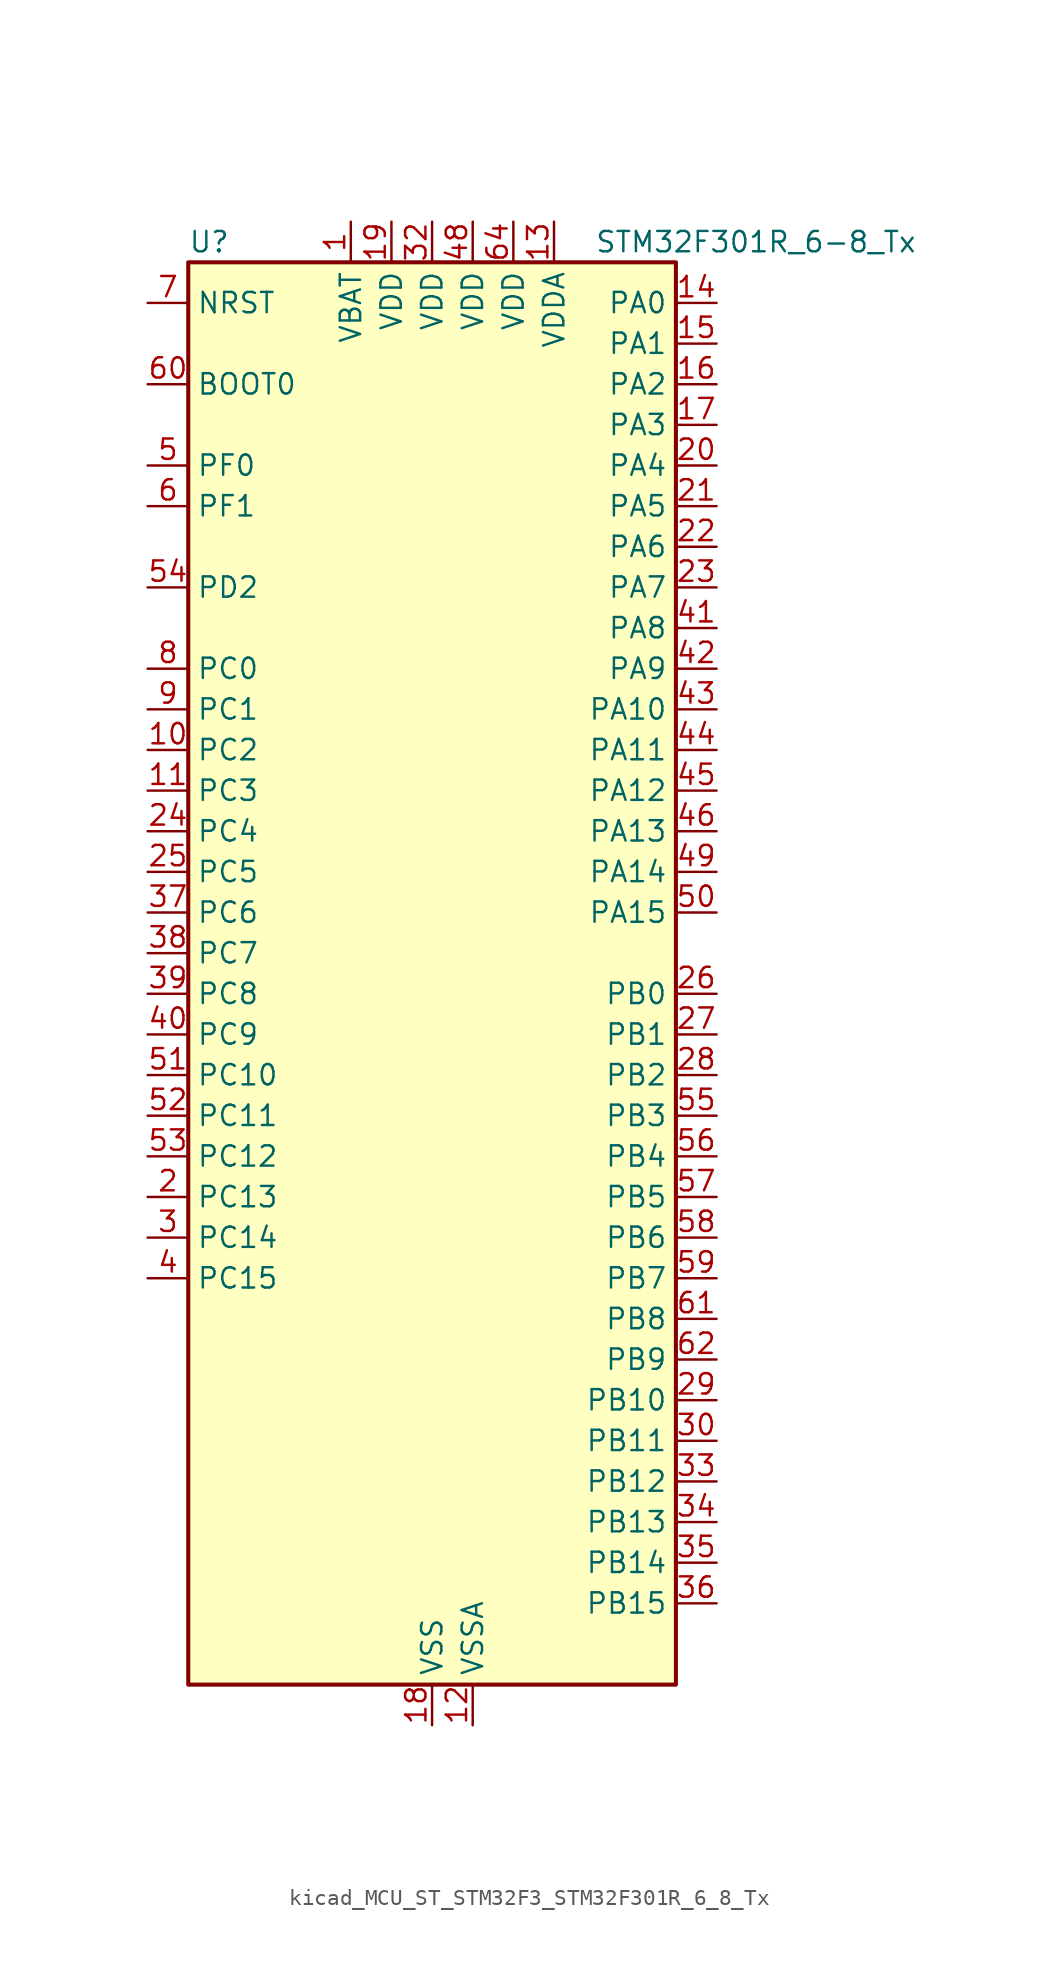
<source format=kicad_sym>
(kicad_symbol_lib
  (version 20220914)
  (generator kicad_symbol_editor)
  (symbol "kicad_MCU_ST_STM32F3_STM32F301R_6_8_Tx"
    (property "Reference" "U"
      (at -15.24 46.99 0)
      (effects (font (size 1.27 1.27)) (justify left)))
    (property "Value" "STM32F301R_6-8_Tx"
      (at 10.16 46.99 0)
      (effects (font (size 1.27 1.27)) (justify left)))
    (property "ki_locked" ""
      (at 0 0 0)
      (effects (font (size 1.27 1.27))))
    (symbol "kicad_MCU_ST_STM32F3_STM32F301R_6_8_Tx_0_1"
      (rectangle (start -15.24 -43.18) (end 15.24 45.72) (stroke (width 0.254) (type default)) (fill (type background))))
    (symbol "kicad_MCU_ST_STM32F3_STM32F301R_6_8_Tx_1_1"
      (pin power_in line (at -5.08 48.26 270) (length 2.54) (name "VBAT" (effects (font (size 1.27 1.27)))) (number "1" (effects (font (size 1.27 1.27)))))
      (pin bidirectional line (at -17.78 15.24 0) (length 2.54) (name "PC2" (effects (font (size 1.27 1.27)))) (number "10" (effects (font (size 1.27 1.27)))) (alternate "ADC1_IN8" bidirectional line) (alternate "TIM1_CH3" bidirectional line))
      (pin bidirectional line (at -17.78 12.7 0) (length 2.54) (name "PC3" (effects (font (size 1.27 1.27)))) (number "11" (effects (font (size 1.27 1.27)))) (alternate "ADC1_IN9" bidirectional line) (alternate "TIM1_BKIN2" bidirectional line) (alternate "TIM1_CH4" bidirectional line))
      (pin power_in line (at 2.54 -45.72 90) (length 2.54) (name "VSSA" (effects (font (size 1.27 1.27)))) (number "12" (effects (font (size 1.27 1.27)))))
      (pin power_in line (at 7.62 48.26 270) (length 2.54) (name "VDDA" (effects (font (size 1.27 1.27)))) (number "13" (effects (font (size 1.27 1.27)))))
      (pin bidirectional line (at 17.78 43.18 180) (length 2.54) (name "PA0" (effects (font (size 1.27 1.27)))) (number "14" (effects (font (size 1.27 1.27)))) (alternate "ADC1_IN1" bidirectional line) (alternate "RTC_TAMP2" bidirectional line) (alternate "SYS_WKUP1" bidirectional line) (alternate "TIM2_CH1" bidirectional line) (alternate "TIM2_ETR" bidirectional line) (alternate "TSC_G1_IO1" bidirectional line) (alternate "USART2_CTS" bidirectional line))
      (pin bidirectional line (at 17.78 40.64 180) (length 2.54) (name "PA1" (effects (font (size 1.27 1.27)))) (number "15" (effects (font (size 1.27 1.27)))) (alternate "ADC1_IN2" bidirectional line) (alternate "RTC_REFIN" bidirectional line) (alternate "TIM15_CH1N" bidirectional line) (alternate "TIM2_CH2" bidirectional line) (alternate "TSC_G1_IO2" bidirectional line) (alternate "USART2_DE" bidirectional line) (alternate "USART2_RTS" bidirectional line))
      (pin bidirectional line (at 17.78 38.1 180) (length 2.54) (name "PA2" (effects (font (size 1.27 1.27)))) (number "16" (effects (font (size 1.27 1.27)))) (alternate "ADC1_IN3" bidirectional line) (alternate "COMP2_INM" bidirectional line) (alternate "COMP2_OUT" bidirectional line) (alternate "TIM15_CH1" bidirectional line) (alternate "TIM2_CH3" bidirectional line) (alternate "TSC_G1_IO3" bidirectional line) (alternate "USART2_TX" bidirectional line))
      (pin bidirectional line (at 17.78 35.56 180) (length 2.54) (name "PA3" (effects (font (size 1.27 1.27)))) (number "17" (effects (font (size 1.27 1.27)))) (alternate "ADC1_IN4" bidirectional line) (alternate "TIM15_CH2" bidirectional line) (alternate "TIM2_CH4" bidirectional line) (alternate "TSC_G1_IO4" bidirectional line) (alternate "USART2_RX" bidirectional line))
      (pin power_in line (at 0 -45.72 90) (length 2.54) (name "VSS" (effects (font (size 1.27 1.27)))) (number "18" (effects (font (size 1.27 1.27)))))
      (pin power_in line (at -2.54 48.26 270) (length 2.54) (name "VDD" (effects (font (size 1.27 1.27)))) (number "19" (effects (font (size 1.27 1.27)))))
      (pin bidirectional line (at -17.78 -12.7 0) (length 2.54) (name "PC13" (effects (font (size 1.27 1.27)))) (number "2" (effects (font (size 1.27 1.27)))) (alternate "RTC_OUT_ALARM" bidirectional line) (alternate "RTC_OUT_CALIB" bidirectional line) (alternate "RTC_TAMP1" bidirectional line) (alternate "RTC_TS" bidirectional line) (alternate "SYS_WKUP2" bidirectional line) (alternate "TIM1_CH1N" bidirectional line))
      (pin bidirectional line (at 17.78 33.02 180) (length 2.54) (name "PA4" (effects (font (size 1.27 1.27)))) (number "20" (effects (font (size 1.27 1.27)))) (alternate "ADC1_IN5" bidirectional line) (alternate "COMP2_INM" bidirectional line) (alternate "COMP4_INM" bidirectional line) (alternate "COMP6_INM" bidirectional line) (alternate "DAC_OUT1" bidirectional line) (alternate "I2S3_WS" bidirectional line) (alternate "SPI3_NSS" bidirectional line) (alternate "TSC_G2_IO1" bidirectional line) (alternate "USART2_CK" bidirectional line))
      (pin bidirectional line (at 17.78 30.48 180) (length 2.54) (name "PA5" (effects (font (size 1.27 1.27)))) (number "21" (effects (font (size 1.27 1.27)))) (alternate "OPAMP2_VINM" bidirectional line) (alternate "OPAMP2_VINM_SEC" bidirectional line) (alternate "TIM2_CH1" bidirectional line) (alternate "TIM2_ETR" bidirectional line) (alternate "TSC_G2_IO2" bidirectional line))
      (pin bidirectional line (at 17.78 27.94 180) (length 2.54) (name "PA6" (effects (font (size 1.27 1.27)))) (number "22" (effects (font (size 1.27 1.27)))) (alternate "ADC1_IN10" bidirectional line) (alternate "OPAMP2_VOUT" bidirectional line) (alternate "TIM16_CH1" bidirectional line) (alternate "TIM1_BKIN" bidirectional line) (alternate "TSC_G2_IO3" bidirectional line))
      (pin bidirectional line (at 17.78 25.4 180) (length 2.54) (name "PA7" (effects (font (size 1.27 1.27)))) (number "23" (effects (font (size 1.27 1.27)))) (alternate "ADC1_IN15" bidirectional line) (alternate "COMP2_INP" bidirectional line) (alternate "OPAMP2_VINP" bidirectional line) (alternate "OPAMP2_VINP_SEC" bidirectional line) (alternate "TIM17_CH1" bidirectional line) (alternate "TIM1_CH1N" bidirectional line) (alternate "TSC_G2_IO4" bidirectional line))
      (pin bidirectional line (at -17.78 10.16 0) (length 2.54) (name "PC4" (effects (font (size 1.27 1.27)))) (number "24" (effects (font (size 1.27 1.27)))) (alternate "TIM1_ETR" bidirectional line) (alternate "USART1_TX" bidirectional line))
      (pin bidirectional line (at -17.78 7.62 0) (length 2.54) (name "PC5" (effects (font (size 1.27 1.27)))) (number "25" (effects (font (size 1.27 1.27)))) (alternate "OPAMP2_VINM" bidirectional line) (alternate "OPAMP2_VINM_SEC" bidirectional line) (alternate "TIM15_BKIN" bidirectional line) (alternate "TSC_G3_IO1" bidirectional line) (alternate "USART1_RX" bidirectional line))
      (pin bidirectional line (at 17.78 0 180) (length 2.54) (name "PB0" (effects (font (size 1.27 1.27)))) (number "26" (effects (font (size 1.27 1.27)))) (alternate "ADC1_IN11" bidirectional line) (alternate "COMP4_INP" bidirectional line) (alternate "OPAMP2_VINP" bidirectional line) (alternate "OPAMP2_VINP_SEC" bidirectional line) (alternate "TIM1_CH2N" bidirectional line) (alternate "TSC_G3_IO2" bidirectional line))
      (pin bidirectional line (at 17.78 -2.54 180) (length 2.54) (name "PB1" (effects (font (size 1.27 1.27)))) (number "27" (effects (font (size 1.27 1.27)))) (alternate "ADC1_IN12" bidirectional line) (alternate "COMP4_OUT" bidirectional line) (alternate "TIM1_CH3N" bidirectional line) (alternate "TSC_G3_IO3" bidirectional line))
      (pin bidirectional line (at 17.78 -5.08 180) (length 2.54) (name "PB2" (effects (font (size 1.27 1.27)))) (number "28" (effects (font (size 1.27 1.27)))) (alternate "COMP4_INM" bidirectional line) (alternate "TSC_G3_IO4" bidirectional line))
      (pin bidirectional line (at 17.78 -25.4 180) (length 2.54) (name "PB10" (effects (font (size 1.27 1.27)))) (number "29" (effects (font (size 1.27 1.27)))) (alternate "TIM2_CH3" bidirectional line) (alternate "TSC_SYNC" bidirectional line) (alternate "USART3_TX" bidirectional line))
      (pin bidirectional line (at -17.78 -15.24 0) (length 2.54) (name "PC14" (effects (font (size 1.27 1.27)))) (number "3" (effects (font (size 1.27 1.27)))) (alternate "RCC_OSC32_IN" bidirectional line))
      (pin bidirectional line (at 17.78 -27.94 180) (length 2.54) (name "PB11" (effects (font (size 1.27 1.27)))) (number "30" (effects (font (size 1.27 1.27)))) (alternate "ADC1_EXTI11" bidirectional line) (alternate "ADC1_IN14" bidirectional line) (alternate "COMP6_INP" bidirectional line) (alternate "TIM2_CH4" bidirectional line) (alternate "TSC_G6_IO1" bidirectional line) (alternate "USART3_RX" bidirectional line))
      (pin passive line (at 0 -45.72 90) (length 2.54) hide (name "VSS" (effects (font (size 1.27 1.27)))) (number "31" (effects (font (size 1.27 1.27)))))
      (pin power_in line (at 0 48.26 270) (length 2.54) (name "VDD" (effects (font (size 1.27 1.27)))) (number "32" (effects (font (size 1.27 1.27)))))
      (pin bidirectional line (at 17.78 -30.48 180) (length 2.54) (name "PB12" (effects (font (size 1.27 1.27)))) (number "33" (effects (font (size 1.27 1.27)))) (alternate "I2C2_SMBA" bidirectional line) (alternate "I2S2_WS" bidirectional line) (alternate "SPI2_NSS" bidirectional line) (alternate "TIM1_BKIN" bidirectional line) (alternate "TSC_G6_IO2" bidirectional line) (alternate "USART3_CK" bidirectional line))
      (pin bidirectional line (at 17.78 -33.02 180) (length 2.54) (name "PB13" (effects (font (size 1.27 1.27)))) (number "34" (effects (font (size 1.27 1.27)))) (alternate "ADC1_IN13" bidirectional line) (alternate "I2S2_CK" bidirectional line) (alternate "SPI2_SCK" bidirectional line) (alternate "TIM1_CH1N" bidirectional line) (alternate "TSC_G6_IO3" bidirectional line) (alternate "USART3_CTS" bidirectional line))
      (pin bidirectional line (at 17.78 -35.56 180) (length 2.54) (name "PB14" (effects (font (size 1.27 1.27)))) (number "35" (effects (font (size 1.27 1.27)))) (alternate "I2S2_ext_SD" bidirectional line) (alternate "OPAMP2_VINP" bidirectional line) (alternate "OPAMP2_VINP_SEC" bidirectional line) (alternate "SPI2_MISO" bidirectional line) (alternate "TIM15_CH1" bidirectional line) (alternate "TIM1_CH2N" bidirectional line) (alternate "TSC_G6_IO4" bidirectional line) (alternate "USART3_DE" bidirectional line) (alternate "USART3_RTS" bidirectional line))
      (pin bidirectional line (at 17.78 -38.1 180) (length 2.54) (name "PB15" (effects (font (size 1.27 1.27)))) (number "36" (effects (font (size 1.27 1.27)))) (alternate "ADC1_EXTI15" bidirectional line) (alternate "COMP6_INM" bidirectional line) (alternate "I2S2_SD" bidirectional line) (alternate "RTC_REFIN" bidirectional line) (alternate "SPI2_MOSI" bidirectional line) (alternate "TIM15_CH1N" bidirectional line) (alternate "TIM15_CH2" bidirectional line) (alternate "TIM1_CH3N" bidirectional line))
      (pin bidirectional line (at -17.78 5.08 0) (length 2.54) (name "PC6" (effects (font (size 1.27 1.27)))) (number "37" (effects (font (size 1.27 1.27)))) (alternate "COMP6_OUT" bidirectional line) (alternate "I2S2_MCK" bidirectional line))
      (pin bidirectional line (at -17.78 2.54 0) (length 2.54) (name "PC7" (effects (font (size 1.27 1.27)))) (number "38" (effects (font (size 1.27 1.27)))) (alternate "I2S3_MCK" bidirectional line))
      (pin bidirectional line (at -17.78 0 0) (length 2.54) (name "PC8" (effects (font (size 1.27 1.27)))) (number "39" (effects (font (size 1.27 1.27)))))
      (pin bidirectional line (at -17.78 -17.78 0) (length 2.54) (name "PC15" (effects (font (size 1.27 1.27)))) (number "4" (effects (font (size 1.27 1.27)))) (alternate "ADC1_EXTI15" bidirectional line) (alternate "RCC_OSC32_OUT" bidirectional line))
      (pin bidirectional line (at -17.78 -2.54 0) (length 2.54) (name "PC9" (effects (font (size 1.27 1.27)))) (number "40" (effects (font (size 1.27 1.27)))) (alternate "DAC_EXTI9" bidirectional line) (alternate "I2C3_SDA" bidirectional line) (alternate "I2S_CKIN" bidirectional line))
      (pin bidirectional line (at 17.78 22.86 180) (length 2.54) (name "PA8" (effects (font (size 1.27 1.27)))) (number "41" (effects (font (size 1.27 1.27)))) (alternate "I2C2_SMBA" bidirectional line) (alternate "I2C3_SCL" bidirectional line) (alternate "I2S2_MCK" bidirectional line) (alternate "RCC_MCO" bidirectional line) (alternate "TIM1_CH1" bidirectional line) (alternate "USART1_CK" bidirectional line))
      (pin bidirectional line (at 17.78 20.32 180) (length 2.54) (name "PA9" (effects (font (size 1.27 1.27)))) (number "42" (effects (font (size 1.27 1.27)))) (alternate "DAC_EXTI9" bidirectional line) (alternate "I2C2_SCL" bidirectional line) (alternate "I2C3_SMBA" bidirectional line) (alternate "I2S3_MCK" bidirectional line) (alternate "TIM15_BKIN" bidirectional line) (alternate "TIM1_CH2" bidirectional line) (alternate "TIM2_CH3" bidirectional line) (alternate "TSC_G4_IO1" bidirectional line) (alternate "USART1_TX" bidirectional line))
      (pin bidirectional line (at 17.78 17.78 180) (length 2.54) (name "PA10" (effects (font (size 1.27 1.27)))) (number "43" (effects (font (size 1.27 1.27)))) (alternate "COMP6_OUT" bidirectional line) (alternate "I2C2_SDA" bidirectional line) (alternate "I2S2_ext_SD" bidirectional line) (alternate "SPI2_MISO" bidirectional line) (alternate "TIM17_BKIN" bidirectional line) (alternate "TIM1_CH3" bidirectional line) (alternate "TIM2_CH4" bidirectional line) (alternate "TSC_G4_IO2" bidirectional line) (alternate "USART1_RX" bidirectional line))
      (pin bidirectional line (at 17.78 15.24 180) (length 2.54) (name "PA11" (effects (font (size 1.27 1.27)))) (number "44" (effects (font (size 1.27 1.27)))) (alternate "ADC1_EXTI11" bidirectional line) (alternate "I2S2_SD" bidirectional line) (alternate "SPI2_MOSI" bidirectional line) (alternate "TIM1_BKIN2" bidirectional line) (alternate "TIM1_CH1N" bidirectional line) (alternate "TIM1_CH4" bidirectional line) (alternate "USART1_CTS" bidirectional line))
      (pin bidirectional line (at 17.78 12.7 180) (length 2.54) (name "PA12" (effects (font (size 1.27 1.27)))) (number "45" (effects (font (size 1.27 1.27)))) (alternate "COMP2_OUT" bidirectional line) (alternate "I2S_CKIN" bidirectional line) (alternate "TIM16_CH1" bidirectional line) (alternate "TIM1_CH2N" bidirectional line) (alternate "TIM1_ETR" bidirectional line) (alternate "USART1_DE" bidirectional line) (alternate "USART1_RTS" bidirectional line))
      (pin bidirectional line (at 17.78 10.16 180) (length 2.54) (name "PA13" (effects (font (size 1.27 1.27)))) (number "46" (effects (font (size 1.27 1.27)))) (alternate "IR_OUT" bidirectional line) (alternate "SYS_JTMS-SWDIO" bidirectional line) (alternate "TIM16_CH1N" bidirectional line) (alternate "TSC_G4_IO3" bidirectional line) (alternate "USART3_CTS" bidirectional line))
      (pin passive line (at 0 -45.72 90) (length 2.54) hide (name "VSS" (effects (font (size 1.27 1.27)))) (number "47" (effects (font (size 1.27 1.27)))))
      (pin power_in line (at 2.54 48.26 270) (length 2.54) (name "VDD" (effects (font (size 1.27 1.27)))) (number "48" (effects (font (size 1.27 1.27)))))
      (pin bidirectional line (at 17.78 7.62 180) (length 2.54) (name "PA14" (effects (font (size 1.27 1.27)))) (number "49" (effects (font (size 1.27 1.27)))) (alternate "I2C1_SDA" bidirectional line) (alternate "SYS_JTCK-SWCLK" bidirectional line) (alternate "TIM1_BKIN" bidirectional line) (alternate "TSC_G4_IO4" bidirectional line) (alternate "USART2_TX" bidirectional line))
      (pin bidirectional line (at -17.78 33.02 0) (length 2.54) (name "PF0" (effects (font (size 1.27 1.27)))) (number "5" (effects (font (size 1.27 1.27)))) (alternate "I2C2_SDA" bidirectional line) (alternate "I2S2_WS" bidirectional line) (alternate "RCC_OSC_IN" bidirectional line) (alternate "SPI2_NSS" bidirectional line) (alternate "TIM1_CH3N" bidirectional line))
      (pin bidirectional line (at 17.78 5.08 180) (length 2.54) (name "PA15" (effects (font (size 1.27 1.27)))) (number "50" (effects (font (size 1.27 1.27)))) (alternate "ADC1_EXTI15" bidirectional line) (alternate "I2C1_SCL" bidirectional line) (alternate "I2S3_WS" bidirectional line) (alternate "SPI3_NSS" bidirectional line) (alternate "SYS_JTDI" bidirectional line) (alternate "TIM1_BKIN" bidirectional line) (alternate "TIM2_CH1" bidirectional line) (alternate "TIM2_ETR" bidirectional line) (alternate "TSC_SYNC" bidirectional line) (alternate "USART2_RX" bidirectional line))
      (pin bidirectional line (at -17.78 -5.08 0) (length 2.54) (name "PC10" (effects (font (size 1.27 1.27)))) (number "51" (effects (font (size 1.27 1.27)))) (alternate "I2S3_CK" bidirectional line) (alternate "SPI3_SCK" bidirectional line) (alternate "USART3_TX" bidirectional line))
      (pin bidirectional line (at -17.78 -7.62 0) (length 2.54) (name "PC11" (effects (font (size 1.27 1.27)))) (number "52" (effects (font (size 1.27 1.27)))) (alternate "ADC1_EXTI11" bidirectional line) (alternate "I2S3_ext_SD" bidirectional line) (alternate "SPI3_MISO" bidirectional line) (alternate "USART3_RX" bidirectional line))
      (pin bidirectional line (at -17.78 -10.16 0) (length 2.54) (name "PC12" (effects (font (size 1.27 1.27)))) (number "53" (effects (font (size 1.27 1.27)))) (alternate "I2S3_SD" bidirectional line) (alternate "SPI3_MOSI" bidirectional line) (alternate "USART3_CK" bidirectional line))
      (pin bidirectional line (at -17.78 25.4 0) (length 2.54) (name "PD2" (effects (font (size 1.27 1.27)))) (number "54" (effects (font (size 1.27 1.27)))))
      (pin bidirectional line (at 17.78 -7.62 180) (length 2.54) (name "PB3" (effects (font (size 1.27 1.27)))) (number "55" (effects (font (size 1.27 1.27)))) (alternate "I2S3_CK" bidirectional line) (alternate "SPI3_SCK" bidirectional line) (alternate "SYS_JTDO-TRACESWO" bidirectional line) (alternate "TIM2_CH2" bidirectional line) (alternate "TSC_G5_IO1" bidirectional line) (alternate "USART2_TX" bidirectional line))
      (pin bidirectional line (at 17.78 -10.16 180) (length 2.54) (name "PB4" (effects (font (size 1.27 1.27)))) (number "56" (effects (font (size 1.27 1.27)))) (alternate "I2S3_ext_SD" bidirectional line) (alternate "SPI3_MISO" bidirectional line) (alternate "SYS_NJTRST" bidirectional line) (alternate "TIM16_CH1" bidirectional line) (alternate "TIM17_BKIN" bidirectional line) (alternate "TSC_G5_IO2" bidirectional line) (alternate "USART2_RX" bidirectional line))
      (pin bidirectional line (at 17.78 -12.7 180) (length 2.54) (name "PB5" (effects (font (size 1.27 1.27)))) (number "57" (effects (font (size 1.27 1.27)))) (alternate "I2C1_SMBA" bidirectional line) (alternate "I2C3_SDA" bidirectional line) (alternate "I2S3_SD" bidirectional line) (alternate "SPI3_MOSI" bidirectional line) (alternate "TIM16_BKIN" bidirectional line) (alternate "TIM17_CH1" bidirectional line) (alternate "USART2_CK" bidirectional line))
      (pin bidirectional line (at 17.78 -15.24 180) (length 2.54) (name "PB6" (effects (font (size 1.27 1.27)))) (number "58" (effects (font (size 1.27 1.27)))) (alternate "I2C1_SCL" bidirectional line) (alternate "TIM16_CH1N" bidirectional line) (alternate "TSC_G5_IO3" bidirectional line) (alternate "USART1_TX" bidirectional line))
      (pin bidirectional line (at 17.78 -17.78 180) (length 2.54) (name "PB7" (effects (font (size 1.27 1.27)))) (number "59" (effects (font (size 1.27 1.27)))) (alternate "I2C1_SDA" bidirectional line) (alternate "TIM17_CH1N" bidirectional line) (alternate "TSC_G5_IO4" bidirectional line) (alternate "USART1_RX" bidirectional line))
      (pin bidirectional line (at -17.78 30.48 0) (length 2.54) (name "PF1" (effects (font (size 1.27 1.27)))) (number "6" (effects (font (size 1.27 1.27)))) (alternate "I2C2_SCL" bidirectional line) (alternate "I2S2_CK" bidirectional line) (alternate "RCC_OSC_OUT" bidirectional line) (alternate "SPI2_SCK" bidirectional line))
      (pin input line (at -17.78 38.1 0) (length 2.54) (name "BOOT0" (effects (font (size 1.27 1.27)))) (number "60" (effects (font (size 1.27 1.27)))))
      (pin bidirectional line (at 17.78 -20.32 180) (length 2.54) (name "PB8" (effects (font (size 1.27 1.27)))) (number "61" (effects (font (size 1.27 1.27)))) (alternate "I2C1_SCL" bidirectional line) (alternate "TIM16_CH1" bidirectional line) (alternate "TIM1_BKIN" bidirectional line) (alternate "TSC_SYNC" bidirectional line) (alternate "USART3_RX" bidirectional line))
      (pin bidirectional line (at 17.78 -22.86 180) (length 2.54) (name "PB9" (effects (font (size 1.27 1.27)))) (number "62" (effects (font (size 1.27 1.27)))) (alternate "COMP2_OUT" bidirectional line) (alternate "DAC_EXTI9" bidirectional line) (alternate "I2C1_SDA" bidirectional line) (alternate "IR_OUT" bidirectional line) (alternate "TIM17_CH1" bidirectional line) (alternate "USART3_TX" bidirectional line))
      (pin passive line (at 0 -45.72 90) (length 2.54) hide (name "VSS" (effects (font (size 1.27 1.27)))) (number "63" (effects (font (size 1.27 1.27)))))
      (pin power_in line (at 5.08 48.26 270) (length 2.54) (name "VDD" (effects (font (size 1.27 1.27)))) (number "64" (effects (font (size 1.27 1.27)))))
      (pin input line (at -17.78 43.18 0) (length 2.54) (name "NRST" (effects (font (size 1.27 1.27)))) (number "7" (effects (font (size 1.27 1.27)))))
      (pin bidirectional line (at -17.78 20.32 0) (length 2.54) (name "PC0" (effects (font (size 1.27 1.27)))) (number "8" (effects (font (size 1.27 1.27)))) (alternate "ADC1_IN6" bidirectional line) (alternate "TIM1_CH1" bidirectional line))
      (pin bidirectional line (at -17.78 17.78 0) (length 2.54) (name "PC1" (effects (font (size 1.27 1.27)))) (number "9" (effects (font (size 1.27 1.27)))) (alternate "ADC1_IN7" bidirectional line) (alternate "TIM1_CH2" bidirectional line)))))
</source>
